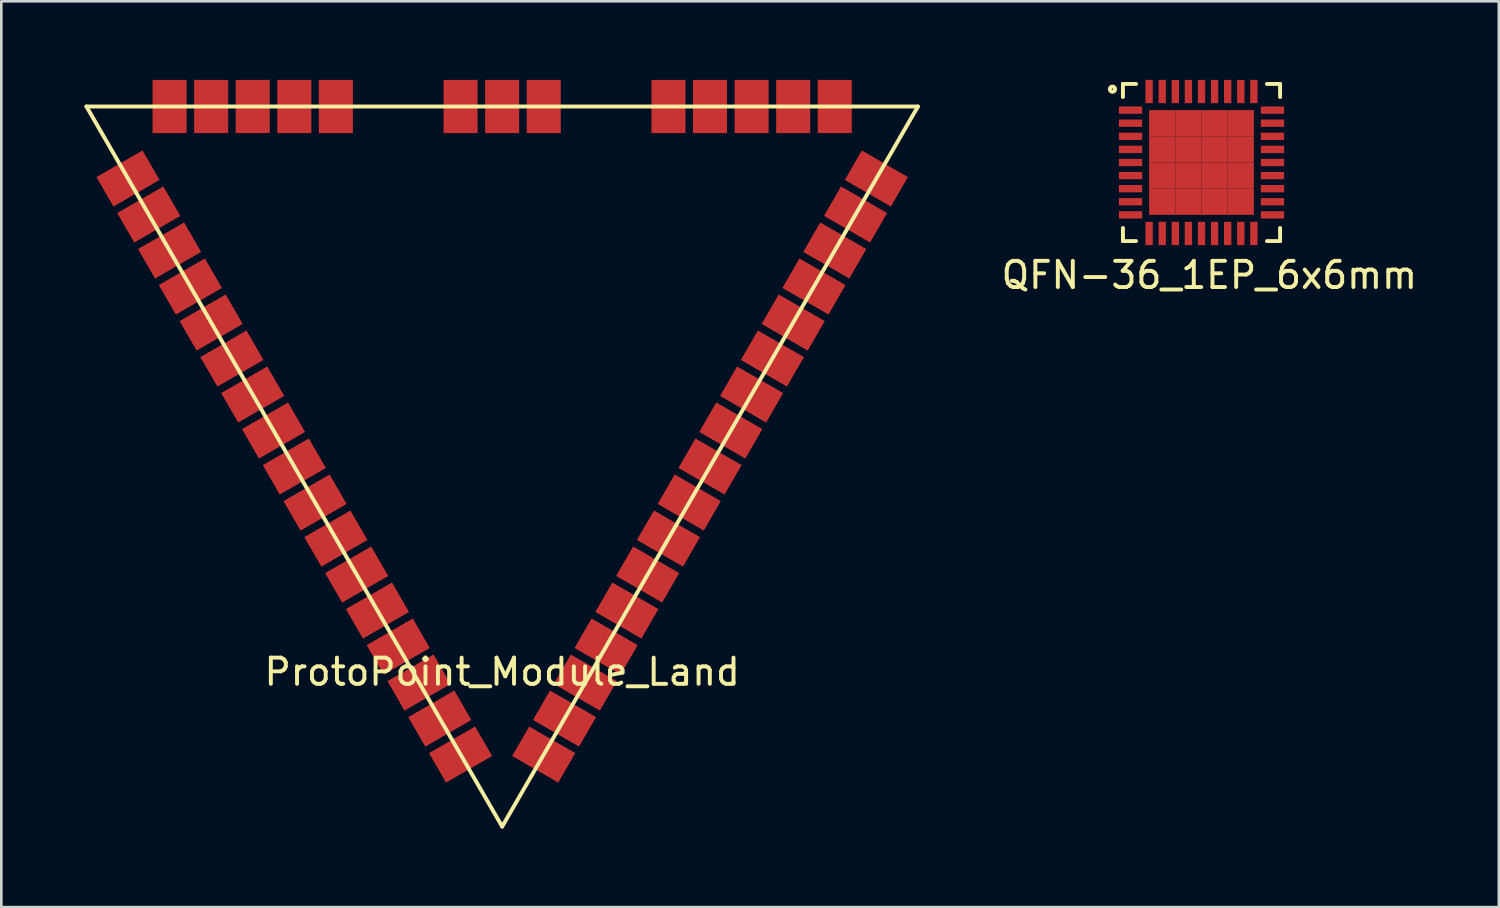
<source format=kicad_pcb>
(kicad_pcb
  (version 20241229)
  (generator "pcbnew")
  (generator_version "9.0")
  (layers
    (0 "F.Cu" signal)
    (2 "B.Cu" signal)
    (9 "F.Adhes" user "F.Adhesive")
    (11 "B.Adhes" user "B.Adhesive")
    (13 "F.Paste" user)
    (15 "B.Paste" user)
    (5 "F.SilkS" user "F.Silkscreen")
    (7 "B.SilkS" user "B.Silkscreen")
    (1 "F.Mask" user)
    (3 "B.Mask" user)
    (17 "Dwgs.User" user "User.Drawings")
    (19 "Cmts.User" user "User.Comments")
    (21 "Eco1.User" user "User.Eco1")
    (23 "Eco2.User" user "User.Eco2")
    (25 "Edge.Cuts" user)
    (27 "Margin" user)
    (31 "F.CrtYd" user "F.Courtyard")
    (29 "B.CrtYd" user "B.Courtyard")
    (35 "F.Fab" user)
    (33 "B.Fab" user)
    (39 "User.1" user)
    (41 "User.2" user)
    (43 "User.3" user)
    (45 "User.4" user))
  (footprint "ProtoPoint_Module_Land"
    (layer "F.Cu")
    (at 0.25 1.016)
    (property "Reference" "ProtoPoint_Module_Land" (at 15.875 21.59 0) (layer "F.SilkS") (effects (font (size 1 1) (thickness 0.15))))
    (attr through_hole)
    (fp_line (start 0 0) (end 31.75 0) (stroke (width 0.15) (type solid)) (layer "F.SilkS"))
    (fp_line (start 15.875 27.496) (end 0 0) (stroke (width 0.15) (type solid)) (layer "F.SilkS"))
    (fp_line (start 31.75 0) (end 15.875 27.496) (stroke (width 0.15) (type solid)) (layer "F.SilkS"))
    (pad "1" smd rect (at 1.587 2.75 300) (size 1.3 2.032) (layers "F.Cu" "F.Mask" "F.Paste"))
    (pad "2" smd rect (at 2.381 4.124 300) (size 1.3 2.032) (layers "F.Cu" "F.Mask" "F.Paste"))
    (pad "3" smd rect (at 3.175 5.499 300) (size 1.3 2.032) (layers "F.Cu" "F.Mask" "F.Paste"))
    (pad "4" smd rect (at 3.969 6.874 300) (size 1.3 2.032) (layers "F.Cu" "F.Mask" "F.Paste"))
    (pad "5" smd rect (at 4.763 8.249 300) (size 1.3 2.032) (layers "F.Cu" "F.Mask" "F.Paste"))
    (pad "6" smd rect (at 5.556 9.624 300) (size 1.3 2.032) (layers "F.Cu" "F.Mask" "F.Paste"))
    (pad "7" smd rect (at 6.35 10.998 300) (size 1.3 2.032) (layers "F.Cu" "F.Mask" "F.Paste"))
    (pad "8" smd rect (at 7.144 12.373 300) (size 1.3 2.032) (layers "F.Cu" "F.Mask" "F.Paste"))
    (pad "9" smd rect (at 7.938 13.748 300) (size 1.3 2.032) (layers "F.Cu" "F.Mask" "F.Paste"))
    (pad "10" smd rect (at 8.731 15.123 300) (size 1.3 2.032) (layers "F.Cu" "F.Mask" "F.Paste"))
    (pad "11" smd rect (at 9.525 16.498 300) (size 1.3 2.032) (layers "F.Cu" "F.Mask" "F.Paste"))
    (pad "12" smd rect (at 10.319 17.872 300) (size 1.3 2.032) (layers "F.Cu" "F.Mask" "F.Paste"))
    (pad "13" smd rect (at 11.113 19.247 300) (size 1.3 2.032) (layers "F.Cu" "F.Mask" "F.Paste"))
    (pad "14" smd rect (at 11.906 20.622 300) (size 1.3 2.032) (layers "F.Cu" "F.Mask" "F.Paste"))
    (pad "15" smd rect (at 12.7 21.997 300) (size 1.3 2.032) (layers "F.Cu" "F.Mask" "F.Paste"))
    (pad "16" smd rect (at 13.494 23.372 300) (size 1.3 2.032) (layers "F.Cu" "F.Mask" "F.Paste"))
    (pad "17" smd rect (at 14.287 24.746 300) (size 1.3 2.032) (layers "F.Cu" "F.Mask" "F.Paste"))
    (pad "18" smd rect (at 17.462 24.746 60) (size 1.3 2.032) (layers "F.Cu" "F.Mask" "F.Paste"))
    (pad "19" smd rect (at 18.256 23.372 60) (size 1.3 2.032) (layers "F.Cu" "F.Mask" "F.Paste"))
    (pad "20" smd rect (at 19.05 21.997 60) (size 1.3 2.032) (layers "F.Cu" "F.Mask" "F.Paste"))
    (pad "21" smd rect (at 19.844 20.622 60) (size 1.3 2.032) (layers "F.Cu" "F.Mask" "F.Paste"))
    (pad "22" smd rect (at 20.637 19.247 60) (size 1.3 2.032) (layers "F.Cu" "F.Mask" "F.Paste"))
    (pad "23" smd rect (at 21.431 17.872 60) (size 1.3 2.032) (layers "F.Cu" "F.Mask" "F.Paste"))
    (pad "24" smd rect (at 22.225 16.498 60) (size 1.3 2.032) (layers "F.Cu" "F.Mask" "F.Paste"))
    (pad "25" smd rect (at 23.019 15.123 60) (size 1.3 2.032) (layers "F.Cu" "F.Mask" "F.Paste"))
    (pad "26" smd rect (at 23.812 13.748 60) (size 1.3 2.032) (layers "F.Cu" "F.Mask" "F.Paste"))
    (pad "27" smd rect (at 24.606 12.373 60) (size 1.3 2.032) (layers "F.Cu" "F.Mask" "F.Paste"))
    (pad "28" smd rect (at 25.4 10.998 60) (size 1.3 2.032) (layers "F.Cu" "F.Mask" "F.Paste"))
    (pad "29" smd rect (at 26.194 9.624 60) (size 1.3 2.032) (layers "F.Cu" "F.Mask" "F.Paste"))
    (pad "30" smd rect (at 26.988 8.249 60) (size 1.3 2.032) (layers "F.Cu" "F.Mask" "F.Paste"))
    (pad "31" smd rect (at 27.781 6.874 60) (size 1.3 2.032) (layers "F.Cu" "F.Mask" "F.Paste"))
    (pad "32" smd rect (at 28.575 5.499 60) (size 1.3 2.032) (layers "F.Cu" "F.Mask" "F.Paste"))
    (pad "33" smd rect (at 29.369 4.124 60) (size 1.3 2.032) (layers "F.Cu" "F.Mask" "F.Paste"))
    (pad "34" smd rect (at 30.163 2.75 60) (size 1.3 2.032) (layers "F.Cu" "F.Mask" "F.Paste"))
    (pad "35" smd rect (at 28.575 0) (size 1.3 2.032) (layers "F.Cu" "F.Mask" "F.Paste"))
    (pad "36" smd rect (at 26.988 0) (size 1.3 2.032) (layers "F.Cu" "F.Mask" "F.Paste"))
    (pad "37" smd rect (at 25.4 0) (size 1.3 2.032) (layers "F.Cu" "F.Mask" "F.Paste"))
    (pad "38" smd rect (at 23.812 0) (size 1.3 2.032) (layers "F.Cu" "F.Mask" "F.Paste"))
    (pad "39" smd rect (at 22.225 0) (size 1.3 2.032) (layers "F.Cu" "F.Mask" "F.Paste"))
    (pad "42" smd rect (at 17.462 0) (size 1.3 2.032) (layers "F.Cu" "F.Mask" "F.Paste"))
    (pad "43" smd rect (at 15.875 0) (size 1.3 2.032) (layers "F.Cu" "F.Mask" "F.Paste"))
    (pad "44" smd rect (at 14.287 0) (size 1.3 2.032) (layers "F.Cu" "F.Mask" "F.Paste"))
    (pad "47" smd rect (at 9.525 0) (size 1.3 2.032) (layers "F.Cu" "F.Mask" "F.Paste"))
    (pad "48" smd rect (at 7.938 0) (size 1.3 2.032) (layers "F.Cu" "F.Mask" "F.Paste"))
    (pad "49" smd rect (at 6.35 0) (size 1.3 2.032) (layers "F.Cu" "F.Mask" "F.Paste"))
    (pad "50" smd rect (at 4.763 0) (size 1.3 2.032) (layers "F.Cu" "F.Mask" "F.Paste"))
    (pad "51" smd rect (at 3.175 0) (size 1.3 2.032) (layers "F.Cu" "F.Mask" "F.Paste")))
  (footprint "QFN-36_1EP_6x6mm"
    (layer "F.Cu")
    (at 42.829 3.155)
    (property "Reference" "QFN-36_1EP_6x6mm" (at 0.3 4.3 0) (layer "F.SilkS") (effects (font (size 1 1) (thickness 0.15))))
    (attr through_hole)
    (fp_line (start -3 -3) (end -3 -2.5) (stroke (width 0.15) (type solid)) (layer "F.SilkS"))
    (fp_line (start -3 3) (end -3 2.5) (stroke (width 0.15) (type solid)) (layer "F.SilkS"))
    (fp_line (start -2.5 -3) (end -3 -3) (stroke (width 0.15) (type solid)) (layer "F.SilkS"))
    (fp_line (start -2.5 3) (end -3 3) (stroke (width 0.15) (type solid)) (layer "F.SilkS"))
    (fp_line (start 2.5 -3) (end 3 -3) (stroke (width 0.15) (type solid)) (layer "F.SilkS"))
    (fp_line (start 3 -3) (end 3 -2.5) (stroke (width 0.15) (type solid)) (layer "F.SilkS"))
    (fp_line (start 3 2.5) (end 3 3) (stroke (width 0.15) (type solid)) (layer "F.SilkS"))
    (fp_line (start 3 3) (end 2.5 3) (stroke (width 0.15) (type solid)) (layer "F.SilkS"))
    (fp_circle (center -3.4 -2.8) (end -3.3 -2.8) (stroke (width 0.15) (type solid)) (fill no) (layer "F.SilkS"))
    (pad "1" smd rect (at -2.71 -2) (size 0.89 0.28) (layers "F.Cu" "F.Mask" "F.Paste"))
    (pad "2" smd rect (at -2.71 -1.5) (size 0.89 0.28) (layers "F.Cu" "F.Mask" "F.Paste"))
    (pad "3" smd rect (at -2.71 -1) (size 0.89 0.28) (layers "F.Cu" "F.Mask" "F.Paste"))
    (pad "4" smd rect (at -2.71 -0.5) (size 0.89 0.28) (layers "F.Cu" "F.Mask" "F.Paste"))
    (pad "5" smd rect (at -2.71 0) (size 0.89 0.28) (layers "F.Cu" "F.Mask" "F.Paste"))
    (pad "6" smd rect (at -2.71 0.5) (size 0.89 0.28) (layers "F.Cu" "F.Mask" "F.Paste"))
    (pad "7" smd rect (at -2.71 1) (size 0.89 0.28) (layers "F.Cu" "F.Mask" "F.Paste"))
    (pad "8" smd rect (at -2.71 1.5) (size 0.89 0.28) (layers "F.Cu" "F.Mask" "F.Paste"))
    (pad "9" smd rect (at -2.71 2) (size 0.89 0.28) (layers "F.Cu" "F.Mask" "F.Paste"))
    (pad "10" smd rect (at -2 2.71 90) (size 0.89 0.28) (layers "F.Cu" "F.Mask" "F.Paste"))
    (pad "11" smd rect (at -1.5 2.71 90) (size 0.89 0.28) (layers "F.Cu" "F.Mask" "F.Paste"))
    (pad "12" smd rect (at -1 2.71 90) (size 0.89 0.28) (layers "F.Cu" "F.Mask" "F.Paste"))
    (pad "13" smd rect (at -0.5 2.71 90) (size 0.89 0.28) (layers "F.Cu" "F.Mask" "F.Paste"))
    (pad "14" smd rect (at 0 2.71 90) (size 0.89 0.28) (layers "F.Cu" "F.Mask" "F.Paste"))
    (pad "15" smd rect (at 0.5 2.71 90) (size 0.89 0.28) (layers "F.Cu" "F.Mask" "F.Paste"))
    (pad "16" smd rect (at 1 2.71 90) (size 0.89 0.28) (layers "F.Cu" "F.Mask" "F.Paste"))
    (pad "17" smd rect (at 1.5 2.71 90) (size 0.89 0.28) (layers "F.Cu" "F.Mask" "F.Paste"))
    (pad "18" smd rect (at 2 2.71 90) (size 0.89 0.28) (layers "F.Cu" "F.Mask" "F.Paste"))
    (pad "19" smd rect (at 2.71 2 180) (size 0.89 0.28) (layers "F.Cu" "F.Mask" "F.Paste"))
    (pad "20" smd rect (at 2.71 1.5 180) (size 0.89 0.28) (layers "F.Cu" "F.Mask" "F.Paste"))
    (pad "21" smd rect (at 2.71 1 180) (size 0.89 0.28) (layers "F.Cu" "F.Mask" "F.Paste"))
    (pad "22" smd rect (at 2.71 0.5 180) (size 0.89 0.28) (layers "F.Cu" "F.Mask" "F.Paste"))
    (pad "23" smd rect (at 2.71 0 180) (size 0.89 0.28) (layers "F.Cu" "F.Mask" "F.Paste"))
    (pad "24" smd rect (at 2.71 -0.5 180) (size 0.89 0.28) (layers "F.Cu" "F.Mask" "F.Paste"))
    (pad "25" smd rect (at 2.71 -1 180) (size 0.89 0.28) (layers "F.Cu" "F.Mask" "F.Paste"))
    (pad "26" smd rect (at 2.71 -1.5 180) (size 0.89 0.28) (layers "F.Cu" "F.Mask" "F.Paste"))
    (pad "27" smd rect (at 2.71 -2 180) (size 0.89 0.28) (layers "F.Cu" "F.Mask" "F.Paste"))
    (pad "28" smd rect (at 2 -2.71 270) (size 0.89 0.28) (layers "F.Cu" "F.Mask" "F.Paste"))
    (pad "29" smd rect (at 1.5 -2.71 270) (size 0.89 0.28) (layers "F.Cu" "F.Mask" "F.Paste"))
    (pad "30" smd rect (at 1 -2.71 270) (size 0.89 0.28) (layers "F.Cu" "F.Mask" "F.Paste"))
    (pad "31" smd rect (at 0.5 -2.71 270) (size 0.89 0.28) (layers "F.Cu" "F.Mask" "F.Paste"))
    (pad "32" smd rect (at 0 -2.71 270) (size 0.89 0.28) (layers "F.Cu" "F.Mask" "F.Paste"))
    (pad "33" smd rect (at -0.5 -2.71 270) (size 0.89 0.28) (layers "F.Cu" "F.Mask" "F.Paste"))
    (pad "34" smd rect (at -1 -2.71 270) (size 0.89 0.28) (layers "F.Cu" "F.Mask" "F.Paste"))
    (pad "35" smd rect (at -1.5 -2.71 270) (size 0.89 0.28) (layers "F.Cu" "F.Mask" "F.Paste"))
    (pad "36" smd rect (at -2 -2.71 270) (size 0.89 0.28) (layers "F.Cu" "F.Mask" "F.Paste"))
    (pad "37" smd rect (at -1.5 -1.5 270) (size 1 1) (layers "F.Cu" "F.Mask" "F.Paste"))
    (pad "37" smd rect (at -1.5 -0.5 270) (size 1 1) (layers "F.Cu" "F.Mask" "F.Paste"))
    (pad "37" smd rect (at -1.5 0.5 270) (size 1 1) (layers "F.Cu" "F.Mask" "F.Paste"))
    (pad "37" smd rect (at -1.5 1.5 270) (size 1 1) (layers "F.Cu" "F.Mask" "F.Paste"))
    (pad "37" smd rect (at -0.5 -1.5 270) (size 1 1) (layers "F.Cu" "F.Mask" "F.Paste"))
    (pad "37" smd rect (at -0.5 -0.5 270) (size 1 1) (layers "F.Cu" "F.Mask" "F.Paste"))
    (pad "37" smd rect (at -0.5 0.5 270) (size 1 1) (layers "F.Cu" "F.Mask" "F.Paste"))
    (pad "37" smd rect (at -0.5 1.5 270) (size 1 1) (layers "F.Cu" "F.Mask" "F.Paste"))
    (pad "37" smd rect (at 0.5 -1.5 270) (size 1 1) (layers "F.Cu" "F.Mask" "F.Paste"))
    (pad "37" smd rect (at 0.5 -0.5 270) (size 1 1) (layers "F.Cu" "F.Mask" "F.Paste"))
    (pad "37" smd rect (at 0.5 0.5 270) (size 1 1) (layers "F.Cu" "F.Mask" "F.Paste"))
    (pad "37" smd rect (at 0.5 1.5 270) (size 1 1) (layers "F.Cu" "F.Mask" "F.Paste"))
    (pad "37" smd rect (at 1.5 -1.5 270) (size 1 1) (layers "F.Cu" "F.Mask" "F.Paste"))
    (pad "37" smd rect (at 1.5 -0.5 270) (size 1 1) (layers "F.Cu" "F.Mask" "F.Paste"))
    (pad "37" smd rect (at 1.5 0.5 270) (size 1 1) (layers "F.Cu" "F.Mask" "F.Paste"))
    (pad "37" smd rect (at 1.5 1.5 270) (size 1 1) (layers "F.Cu" "F.Mask" "F.Paste")))
  (gr_rect
    (start -3 -3)
    (end 54.182 31.587)
    (stroke (width 0.1) (type default))
    (fill no)
    (layer "Edge.Cuts")))
</source>
